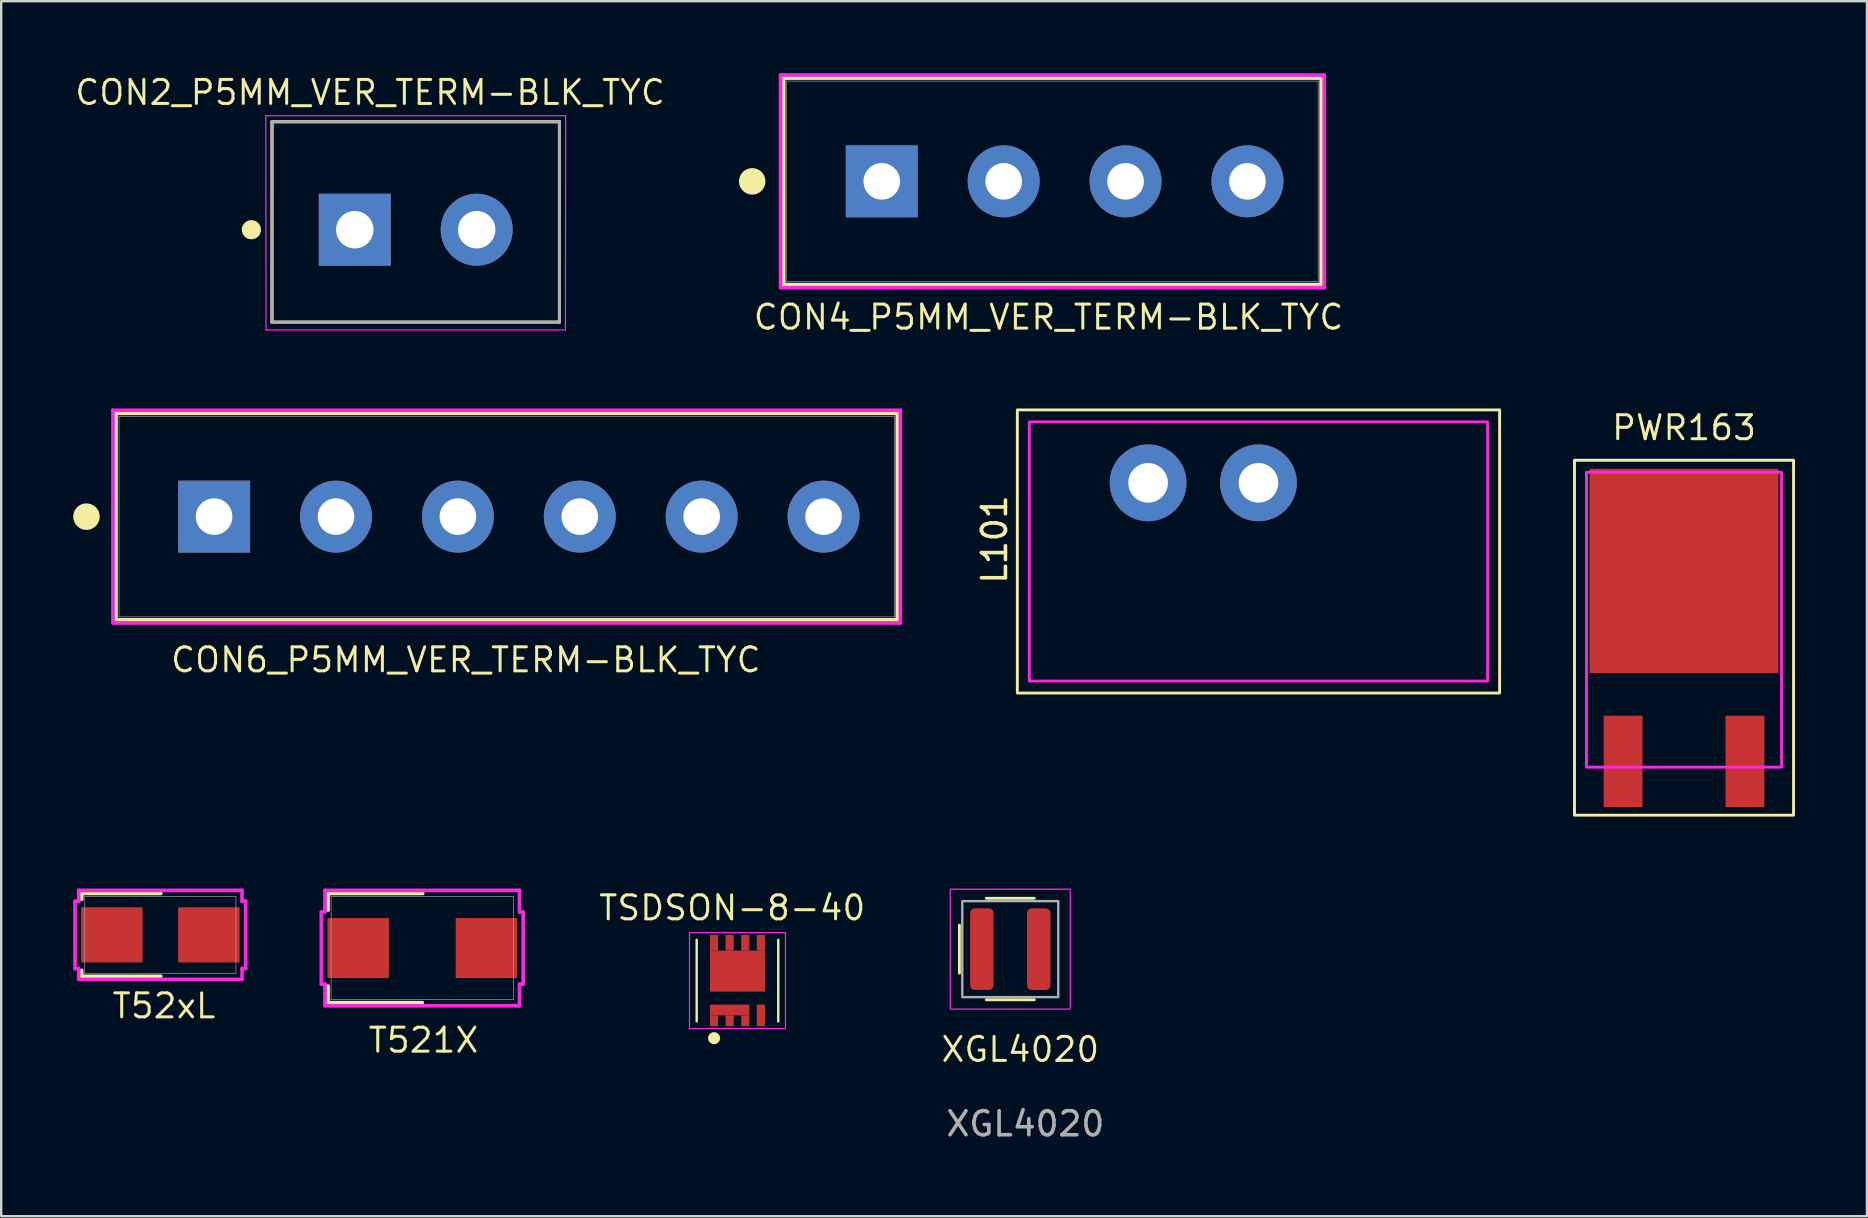
<source format=kicad_pcb>
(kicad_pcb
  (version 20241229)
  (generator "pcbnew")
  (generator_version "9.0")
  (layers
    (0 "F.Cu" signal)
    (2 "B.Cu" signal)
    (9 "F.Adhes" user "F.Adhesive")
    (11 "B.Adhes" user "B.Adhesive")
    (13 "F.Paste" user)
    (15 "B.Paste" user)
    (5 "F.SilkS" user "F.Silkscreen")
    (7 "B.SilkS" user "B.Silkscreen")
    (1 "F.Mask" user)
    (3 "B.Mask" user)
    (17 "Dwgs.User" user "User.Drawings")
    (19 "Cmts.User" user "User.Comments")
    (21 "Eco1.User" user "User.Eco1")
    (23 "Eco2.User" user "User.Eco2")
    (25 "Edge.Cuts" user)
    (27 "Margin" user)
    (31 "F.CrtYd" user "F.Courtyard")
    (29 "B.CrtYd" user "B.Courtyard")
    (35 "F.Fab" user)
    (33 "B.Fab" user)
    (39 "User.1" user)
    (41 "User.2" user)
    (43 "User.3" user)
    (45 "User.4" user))
  (footprint "T52xL"
    (layer "F.Cu")
    (at 3.633 35.912)
    (property "Reference" "T52xL" (at 0.15 2.96 0) (unlocked yes) (layer "F.SilkS") (effects (font (size 1 1) (thickness 0.125))))
    (attr smd)
    (fp_line (start -3.277 -1.727) (end -3.277 -1.483) (stroke (width 0.152) (type solid)) (layer "F.SilkS"))
    (fp_line (start -3.277 1.483) (end -3.277 1.727) (stroke (width 0.152) (type solid)) (layer "F.SilkS"))
    (fp_line (start -3.277 1.727) (end 0.02 1.727) (stroke (width 0.152) (type solid)) (layer "F.SilkS"))
    (fp_line (start 0.02 -1.727) (end -3.277 -1.727) (stroke (width 0.152) (type solid)) (layer "F.SilkS"))
    (fp_line (start -3.556 -1.404) (end -3.404 -1.404) (stroke (width 0.152) (type solid)) (layer "F.CrtYd"))
    (fp_line (start -3.556 1.404) (end -3.556 -1.404) (stroke (width 0.152) (type solid)) (layer "F.CrtYd"))
    (fp_line (start -3.404 -1.854) (end 3.404 -1.854) (stroke (width 0.152) (type solid)) (layer "F.CrtYd"))
    (fp_line (start -3.404 -1.404) (end -3.404 -1.854) (stroke (width 0.152) (type solid)) (layer "F.CrtYd"))
    (fp_line (start -3.404 1.404) (end -3.556 1.404) (stroke (width 0.152) (type solid)) (layer "F.CrtYd"))
    (fp_line (start -3.404 1.854) (end -3.404 1.404) (stroke (width 0.152) (type solid)) (layer "F.CrtYd"))
    (fp_line (start 3.404 -1.854) (end 3.404 -1.404) (stroke (width 0.152) (type solid)) (layer "F.CrtYd"))
    (fp_line (start 3.404 -1.404) (end 3.556 -1.404) (stroke (width 0.152) (type solid)) (layer "F.CrtYd"))
    (fp_line (start 3.404 1.404) (end 3.404 1.854) (stroke (width 0.152) (type solid)) (layer "F.CrtYd"))
    (fp_line (start 3.404 1.854) (end -3.404 1.854) (stroke (width 0.152) (type solid)) (layer "F.CrtYd"))
    (fp_line (start 3.556 -1.404) (end 3.556 1.404) (stroke (width 0.152) (type solid)) (layer "F.CrtYd"))
    (fp_line (start 3.556 1.404) (end 3.404 1.404) (stroke (width 0.152) (type solid)) (layer "F.CrtYd"))
    (fp_line (start -3.15 -1.6) (end -3.15 1.6) (stroke (width 0.025) (type solid)) (layer "F.Fab"))
    (fp_line (start -3.15 1.6) (end 3.15 1.6) (stroke (width 0.025) (type solid)) (layer "F.Fab"))
    (fp_line (start 3.15 -1.6) (end -3.15 -1.6) (stroke (width 0.025) (type solid)) (layer "F.Fab"))
    (fp_line (start 3.15 1.6) (end 3.15 -1.6) (stroke (width 0.025) (type solid)) (layer "F.Fab"))
    (pad "1" smd rect (at -2.022 0 90) (size 2.3 2.56) (layers "F.Cu" "F.Mask" "F.Paste"))
    (pad "2" smd rect (at 2.022 0 90) (size 2.3 2.56) (layers "F.Cu" "F.Mask" "F.Paste"))
    (zone (net_name "") (layer "F.Cu") (hatch full 0.508) (connect_pads) (min_thickness 0.254) (filled_areas_thickness no) (keepout (tracks not_allowed) (vias not_allowed) (pads allowed) (copperpour not_allowed) (footprints allowed)) (placement (enabled no)) (fill) (polygon (pts (xy 0.533 34.363) (xy 6.732 34.363) (xy 6.732 34.712) (xy 0.533 34.712))))
    (zone (net_name "") (layer "F.Cu") (hatch full 0.508) (connect_pads) (min_thickness 0.254) (filled_areas_thickness no) (keepout (tracks not_allowed) (vias not_allowed) (pads allowed) (copperpour not_allowed) (footprints allowed)) (placement (enabled no)) (fill) (polygon (pts (xy 0.533 37.113) (xy 6.732 37.113) (xy 6.732 37.462) (xy 0.533 37.462))))
    (zone (net_name "") (layer "F.Cu") (hatch full 0.508) (connect_pads) (min_thickness 0.254) (filled_areas_thickness no) (keepout (tracks not_allowed) (vias not_allowed) (pads allowed) (copperpour not_allowed) (footprints allowed)) (placement (enabled no)) (fill) (polygon (pts (xy 2.641 34.712) (xy 4.624 34.712) (xy 4.624 37.113) (xy 2.641 37.113)))))
  (footprint "T521X"
    (layer "F.Cu")
    (at 14.548 36.462)
    (property "Reference" "T521X" (at 0.05 3.84 0) (unlocked yes) (layer "F.SilkS") (effects (font (size 1 1) (thickness 0.125))))
    (attr smd)
    (fp_line (start -3.927 -2.277) (end -3.927 -1.583) (stroke (width 0.152) (type solid)) (layer "F.SilkS"))
    (fp_line (start -3.927 1.583) (end -3.927 2.277) (stroke (width 0.152) (type solid)) (layer "F.SilkS"))
    (fp_line (start -3.927 2.277) (end 0 2.277) (stroke (width 0.152) (type solid)) (layer "F.SilkS"))
    (fp_line (start 0.02 -2.277) (end -3.927 -2.277) (stroke (width 0.152) (type solid)) (layer "F.SilkS"))
    (fp_line (start -4.206 -1.504) (end -4.054 -1.504) (stroke (width 0.152) (type solid)) (layer "F.CrtYd"))
    (fp_line (start -4.206 1.504) (end -4.206 -1.504) (stroke (width 0.152) (type solid)) (layer "F.CrtYd"))
    (fp_line (start -4.054 -2.404) (end 4.054 -2.404) (stroke (width 0.152) (type solid)) (layer "F.CrtYd"))
    (fp_line (start -4.054 -1.504) (end -4.054 -2.404) (stroke (width 0.152) (type solid)) (layer "F.CrtYd"))
    (fp_line (start -4.054 1.504) (end -4.206 1.504) (stroke (width 0.152) (type solid)) (layer "F.CrtYd"))
    (fp_line (start -4.054 2.404) (end -4.054 1.504) (stroke (width 0.152) (type solid)) (layer "F.CrtYd"))
    (fp_line (start 4.054 -2.404) (end 4.054 -1.504) (stroke (width 0.152) (type solid)) (layer "F.CrtYd"))
    (fp_line (start 4.054 -1.504) (end 4.206 -1.504) (stroke (width 0.152) (type solid)) (layer "F.CrtYd"))
    (fp_line (start 4.054 1.504) (end 4.054 2.404) (stroke (width 0.152) (type solid)) (layer "F.CrtYd"))
    (fp_line (start 4.054 2.404) (end -4.054 2.404) (stroke (width 0.152) (type solid)) (layer "F.CrtYd"))
    (fp_line (start 4.206 -1.504) (end 4.206 1.504) (stroke (width 0.152) (type solid)) (layer "F.CrtYd"))
    (fp_line (start 4.206 1.504) (end 4.054 1.504) (stroke (width 0.152) (type solid)) (layer "F.CrtYd"))
    (fp_line (start -3.8 -2.15) (end -3.8 2.15) (stroke (width 0.025) (type solid)) (layer "F.Fab"))
    (fp_line (start -3.8 2.15) (end 3.8 2.15) (stroke (width 0.025) (type solid)) (layer "F.Fab"))
    (fp_line (start 3.8 -2.15) (end -3.8 -2.15) (stroke (width 0.025) (type solid)) (layer "F.Fab"))
    (fp_line (start 3.8 2.15) (end 3.8 -2.15) (stroke (width 0.025) (type solid)) (layer "F.Fab"))
    (pad "1" smd rect (at -2.672 0 90) (size 2.5 2.56) (layers "F.Cu" "F.Mask" "F.Paste"))
    (pad "2" smd rect (at 2.672 0 90) (size 2.5 2.56) (layers "F.Cu" "F.Mask" "F.Paste"))
    (zone (net_name "") (layer "F.Cu") (hatch full 0.508) (connect_pads) (min_thickness 0.254) (filled_areas_thickness no) (keepout (tracks not_allowed) (vias not_allowed) (pads allowed) (copperpour not_allowed) (footprints allowed)) (placement (enabled no)) (fill) (polygon (pts (xy 10.799 34.363) (xy 18.297 34.363) (xy 18.297 35.162) (xy 10.799 35.162))))
    (zone (net_name "") (layer "F.Cu") (hatch full 0.508) (connect_pads) (min_thickness 0.254) (filled_areas_thickness no) (keepout (tracks not_allowed) (vias not_allowed) (pads allowed) (copperpour not_allowed) (footprints allowed)) (placement (enabled no)) (fill) (polygon (pts (xy 10.799 37.763) (xy 18.297 37.763) (xy 18.297 38.562) (xy 10.799 38.562))))
    (zone (net_name "") (layer "F.Cu") (hatch full 0.508) (connect_pads) (min_thickness 0.254) (filled_areas_thickness no) (keepout (tracks not_allowed) (vias not_allowed) (pads allowed) (copperpour not_allowed) (footprints allowed)) (placement (enabled no)) (fill) (polygon (pts (xy 12.907 35.162) (xy 16.189 35.162) (xy 16.189 37.763) (xy 12.907 37.763)))))
  (footprint "L101"
    (layer "F.Cu")
    (at 49.398 19.933)
    (property "Reference" "L101" (at -11 -0.5 90) (layer "F.SilkS") (effects (font (size 1 1) (thickness 0.15))))
    (attr through_hole)
    (fp_rect (start -10.05 -5.9) (end 10.05 5.9) (stroke (width 0.12) (type solid)) (fill no) (layer "F.SilkS"))
    (fp_rect (start -9.55 -5.4) (end 9.55 5.4) (stroke (width 0.12) (type solid)) (fill no) (layer "F.CrtYd"))
    (pad "1" thru_hole circle (at -4.6 -2.86) (size 3.2 3.2) (drill 1.65) (layers "*.Cu" "*.Mask"))
    (pad "2" thru_hole circle (at 0 -2.86) (size 3.2 3.2) (drill 1.65) (layers "*.Cu" "*.Mask")))
  (footprint "CON2_P5MM_VER_TERM-BLK_TYC"
    (layer "F.Cu")
    (at 14.276 6.524)
    (property "Reference" "CON2_P5MM_VER_TERM-BLK_TYC" (at -1.903 -5.72 0) (layer "F.SilkS") (effects (font (size 1 1) (thickness 0.125))))
    (attr through_hole)
    (fp_line (start -5.99 -4.5) (end -5.99 3.85) (stroke (width 0.127) (type solid)) (layer "F.SilkS"))
    (fp_line (start -5.99 3.85) (end 5.99 3.85) (stroke (width 0.127) (type solid)) (layer "F.SilkS"))
    (fp_line (start 5.99 -4.5) (end -5.99 -4.5) (stroke (width 0.127) (type solid)) (layer "F.SilkS"))
    (fp_line (start 5.99 3.85) (end 5.99 -4.5) (stroke (width 0.127) (type solid)) (layer "F.SilkS"))
    (fp_circle (center -6.85 0) (end -6.65 0) (stroke (width 0.4) (type solid)) (fill no) (layer "F.SilkS"))
    (fp_line (start -6.25 -4.75) (end -6.24 4.18) (stroke (width 0.05) (type solid)) (layer "F.CrtYd"))
    (fp_line (start -6.24 4.18) (end 6.24 4.18) (stroke (width 0.05) (type solid)) (layer "F.CrtYd"))
    (fp_line (start 6.24 4.18) (end 6.25 -4.75) (stroke (width 0.05) (type solid)) (layer "F.CrtYd"))
    (fp_line (start 6.25 -4.75) (end -6.25 -4.75) (stroke (width 0.05) (type solid)) (layer "F.CrtYd"))
    (fp_line (start -5.99 -4.5) (end -5.99 3.85) (stroke (width 0.127) (type solid)) (layer "F.Fab"))
    (fp_line (start -5.99 3.85) (end 5.99 3.85) (stroke (width 0.127) (type solid)) (layer "F.Fab"))
    (fp_line (start 5.99 -4.5) (end -5.99 -4.5) (stroke (width 0.127) (type solid)) (layer "F.Fab"))
    (fp_line (start 5.99 3.85) (end 5.99 -4.5) (stroke (width 0.127) (type solid)) (layer "F.Fab"))
    (fp_circle (center -2.6 0) (end -2.4 0) (stroke (width 0.4) (type solid)) (fill no) (layer "F.Fab"))
    (pad "1" thru_hole rect (at -2.54 0) (size 3 3) (drill 1.56) (layers "*.Cu" "*.Mask"))
    (pad "2" thru_hole circle (at 2.54 0) (size 3 3) (drill 1.56) (layers "*.Cu" "*.Mask")))
  (footprint "TSDSON-8-40"
    (layer "F.Cu")
    (at 27.685 37.817)
    (property "Reference" "TSDSON-8-40" (at -0.22 -3.03 0) (unlocked yes) (layer "F.SilkS") (effects (font (size 1 1) (thickness 0.125))))
    (attr smd)
    (fp_line (start -1.7 1.7) (end -1.7 -1.7) (stroke (width 0.1) (type solid)) (layer "F.SilkS"))
    (fp_line (start 1.7 1.7) (end 1.7 -1.7) (stroke (width 0.1) (type solid)) (layer "F.SilkS"))
    (fp_circle (center -0.975 2.4) (end -0.775 2.4) (stroke (width 0.1) (type solid)) (fill yes) (layer "F.SilkS"))
    (fp_rect (start -2 -2) (end 2 2) (stroke (width 0.05) (type solid)) (fill no) (layer "F.CrtYd"))
    (pad "D" smd rect (at -0.975 -1.575) (size 0.34 0.65) (layers "F.Cu" "F.Mask"))
    (pad "D" smd rect (at -0.325 -1.575) (size 0.34 0.65) (layers "F.Cu" "F.Mask"))
    (pad "D" smd rect (at 0 -0.395) (size 2.29 1.71) (layers "F.Cu" "F.Mask"))
    (pad "D" smd rect (at 0.325 -1.575) (size 0.34 0.65) (layers "F.Cu" "F.Mask"))
    (pad "D" smd rect (at 0.975 -1.575) (size 0.34 0.65) (layers "F.Cu" "F.Mask"))
    (pad "G" smd rect (at 0.975 1.45) (size 0.34 0.9) (layers "F.Cu" "F.Mask"))
    (pad "S" smd rect (at -0.975 1.675) (size 0.34 0.45) (layers "F.Cu" "F.Mask"))
    (pad "S" smd rect (at -0.325 1.225) (size 1.64 0.45) (layers "F.Cu" "F.Mask"))
    (pad "S" smd rect (at -0.325 1.675) (size 0.34 0.45) (layers "F.Cu" "F.Mask"))
    (pad "S" smd rect (at 0.325 1.675) (size 0.34 0.45) (layers "F.Cu" "F.Mask")))
  (footprint "CON6_P5MM_VER_TERM-BLK_TYC"
    (layer "F.Cu")
    (at 5.873 18.481)
    (property "Reference" "CON6_P5MM_VER_TERM-BLK_TYC" (at 10.49 5.97 0) (unlocked yes) (layer "F.SilkS") (effects (font (size 1 1) (thickness 0.125))))
    (attr through_hole)
    (fp_line (start -4.089 -4.305) (end -4.089 4.305) (stroke (width 0.152) (type solid)) (layer "F.SilkS"))
    (fp_line (start -4.089 4.305) (end 28.473 4.305) (stroke (width 0.152) (type solid)) (layer "F.SilkS"))
    (fp_line (start 28.473 -4.305) (end -4.089 -4.305) (stroke (width 0.152) (type solid)) (layer "F.SilkS"))
    (fp_line (start 28.473 4.305) (end 28.473 -4.305) (stroke (width 0.152) (type solid)) (layer "F.SilkS"))
    (fp_circle (center -5.32 0) (end -4.96 0.351) (stroke (width 0.1) (type solid)) (fill yes) (layer "F.SilkS"))
    (fp_line (start -4.216 -4.432) (end -4.216 4.432) (stroke (width 0.152) (type solid)) (layer "F.CrtYd"))
    (fp_line (start -4.216 4.432) (end 28.6 4.432) (stroke (width 0.152) (type solid)) (layer "F.CrtYd"))
    (fp_line (start 28.6 -4.432) (end -4.216 -4.432) (stroke (width 0.152) (type solid)) (layer "F.CrtYd"))
    (fp_line (start 28.6 4.432) (end 28.6 -4.432) (stroke (width 0.152) (type solid)) (layer "F.CrtYd"))
    (fp_line (start -3.962 -4.178) (end -3.962 4.178) (stroke (width 0.025) (type solid)) (layer "F.Fab"))
    (fp_line (start -3.962 4.178) (end 28.346 4.178) (stroke (width 0.025) (type solid)) (layer "F.Fab"))
    (fp_line (start 28.346 -4.178) (end -3.962 -4.178) (stroke (width 0.025) (type solid)) (layer "F.Fab"))
    (fp_line (start 28.346 4.178) (end 28.346 -4.178) (stroke (width 0.025) (type solid)) (layer "F.Fab"))
    (pad "1" thru_hole rect (at 0 0) (size 3 3) (drill 1.524) (layers "*.Cu" "*.Mask"))
    (pad "2" thru_hole circle (at 5.08 0) (size 3 3) (drill 1.524) (layers "*.Cu" "*.Mask"))
    (pad "3" thru_hole circle (at 10.16 0) (size 3 3) (drill 1.524) (layers "*.Cu" "*.Mask"))
    (pad "4" thru_hole circle (at 15.24 0) (size 3 3) (drill 1.524) (layers "*.Cu" "*.Mask"))
    (pad "5" thru_hole circle (at 20.32 0) (size 3 3) (drill 1.524) (layers "*.Cu" "*.Mask"))
    (pad "6" thru_hole circle (at 25.4 0) (size 3 3) (drill 1.524) (layers "*.Cu" "*.Mask")))
  (footprint "XGL4020"
    (layer "F.Cu")
    (at 39.054 36.507)
    (property "Reference" "XGL4020" (at 0.42 4.18 0) (unlocked yes) (layer "F.SilkS") (effects (font (size 1 1) (thickness 0.125))))
    (attr smd)
    (fp_line (start -2.12 1) (end -2.12 -1) (stroke (width 0.12) (type solid)) (layer "F.SilkS"))
    (fp_line (start -1 -2.12) (end 1 -2.12) (stroke (width 0.12) (type solid)) (layer "F.SilkS"))
    (fp_line (start -1 2.11) (end 1 2.11) (stroke (width 0.12) (type solid)) (layer "F.SilkS"))
    (fp_rect (start -2.5 -2.5) (end 2.5 2.5) (stroke (width 0.05) (type solid)) (fill no) (layer "F.CrtYd"))
    (fp_rect (start -2 -2) (end 2 2) (stroke (width 0.1) (type solid)) (fill no) (layer "F.Fab"))
    (fp_text user "${REFERENCE}" (at 0.63 7.28 0) (unlocked yes) (layer "F.Fab") (effects (font (size 1 1) (thickness 0.15))))
    (pad "1" smd roundrect (at -1.185 0) (size 0.98 3.4) (layers "F.Cu" "F.Mask" "F.Paste") (roundrect_rratio 0.2))
    (pad "2" smd roundrect (at 1.185 0) (size 0.98 3.4) (layers "F.Cu" "F.Mask" "F.Paste") (roundrect_rratio 0.2)))
  (footprint "CON4_P5MM_VER_TERM-BLK_TYC"
    (layer "F.Cu")
    (at 33.699 4.508)
    (property "Reference" "CON4_P5MM_VER_TERM-BLK_TYC" (at 6.95 5.66 0) (unlocked yes) (layer "F.SilkS") (effects (font (size 1 1) (thickness 0.125))))
    (attr through_hole)
    (fp_line (start -4.089 -4.305) (end -4.089 4.305) (stroke (width 0.152) (type solid)) (layer "F.SilkS"))
    (fp_line (start -4.089 4.305) (end 18.313 4.305) (stroke (width 0.152) (type solid)) (layer "F.SilkS"))
    (fp_line (start 18.313 -4.305) (end -4.089 -4.305) (stroke (width 0.152) (type solid)) (layer "F.SilkS"))
    (fp_line (start 18.313 4.305) (end 18.313 -4.305) (stroke (width 0.152) (type solid)) (layer "F.SilkS"))
    (fp_circle (center -5.4 0) (end -5.04 0.351) (stroke (width 0.1) (type solid)) (fill yes) (layer "F.SilkS"))
    (fp_line (start -4.216 -4.432) (end -4.216 4.432) (stroke (width 0.152) (type solid)) (layer "F.CrtYd"))
    (fp_line (start -4.216 4.432) (end 18.44 4.432) (stroke (width 0.152) (type solid)) (layer "F.CrtYd"))
    (fp_line (start 18.44 -4.432) (end -4.216 -4.432) (stroke (width 0.152) (type solid)) (layer "F.CrtYd"))
    (fp_line (start 18.44 4.432) (end 18.44 -4.432) (stroke (width 0.152) (type solid)) (layer "F.CrtYd"))
    (fp_line (start -3.962 -4.178) (end -3.962 4.178) (stroke (width 0.025) (type solid)) (layer "F.Fab"))
    (fp_line (start -3.962 4.178) (end 18.186 4.178) (stroke (width 0.025) (type solid)) (layer "F.Fab"))
    (fp_line (start 18.186 -4.178) (end -3.962 -4.178) (stroke (width 0.025) (type solid)) (layer "F.Fab"))
    (fp_line (start 18.186 4.178) (end 18.186 -4.178) (stroke (width 0.025) (type solid)) (layer "F.Fab"))
    (pad "1" thru_hole rect (at 0 0) (size 3 3) (drill 1.524) (layers "*.Cu" "*.Mask"))
    (pad "2" thru_hole circle (at 5.08 0) (size 3 3) (drill 1.524) (layers "*.Cu" "*.Mask"))
    (pad "3" thru_hole circle (at 10.16 0) (size 3 3) (drill 1.524) (layers "*.Cu" "*.Mask"))
    (pad "4" thru_hole circle (at 15.24 0) (size 3 3) (drill 1.524) (layers "*.Cu" "*.Mask")))
  (footprint "PWR163"
    (layer "F.Cu")
    (at 67.133 22.777)
    (property "Reference" "PWR163" (at 0 -8 0) (unlocked yes) (layer "F.SilkS") (effects (font (size 1 1) (thickness 0.125))))
    (attr through_hole)
    (fp_rect (start -4.565 -6.645) (end 4.565 8.145) (stroke (width 0.12) (type solid)) (fill no) (layer "F.SilkS"))
    (fp_rect (start -4.065 -6.145) (end 4.065 6.145) (stroke (width 0.12) (type solid)) (fill no) (layer "F.CrtYd"))
    (pad "1" smd rect (at -2.54 5.905) (size 1.62 3.81) (layers "F.Cu" "F.Mask" "F.Paste"))
    (pad "2" smd rect (at 2.54 5.905) (size 1.62 3.81) (layers "F.Cu" "F.Mask" "F.Paste"))
    (pad "3" smd rect (at 0 -2.035) (size 7.87 8.51) (layers "F.Cu" "F.Mask" "F.Paste")))
  (gr_rect
    (start -3 -3)
    (end 74.758 47.636)
    (stroke (width 0.1) (type default))
    (fill no)
    (layer "Edge.Cuts")))
</source>
